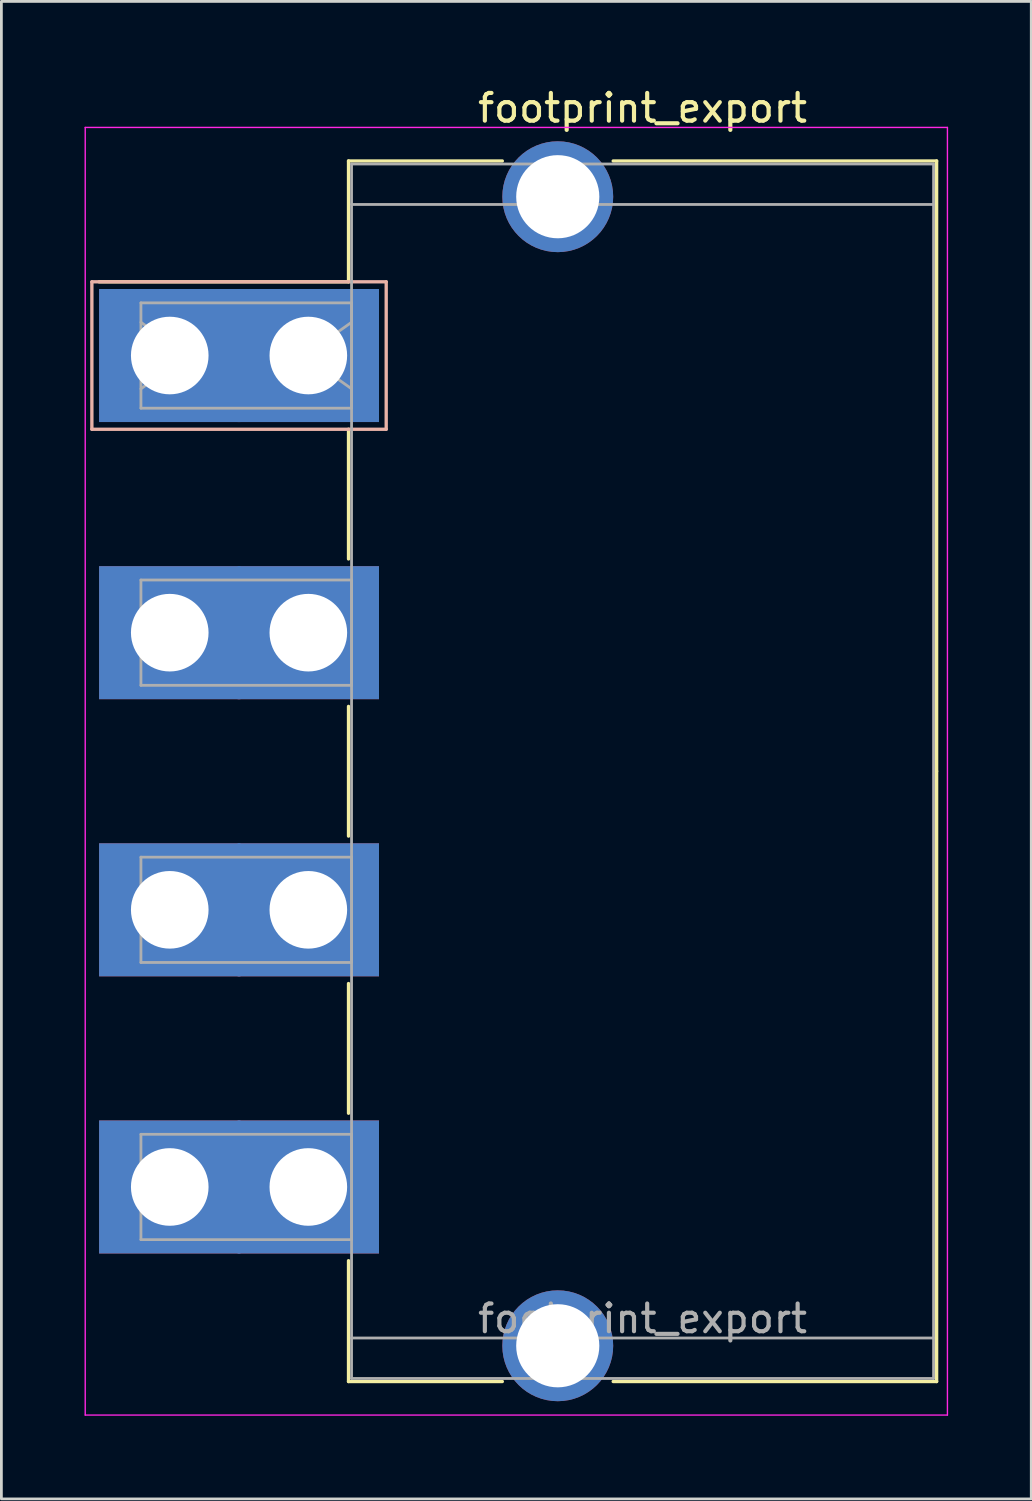
<source format=kicad_pcb>
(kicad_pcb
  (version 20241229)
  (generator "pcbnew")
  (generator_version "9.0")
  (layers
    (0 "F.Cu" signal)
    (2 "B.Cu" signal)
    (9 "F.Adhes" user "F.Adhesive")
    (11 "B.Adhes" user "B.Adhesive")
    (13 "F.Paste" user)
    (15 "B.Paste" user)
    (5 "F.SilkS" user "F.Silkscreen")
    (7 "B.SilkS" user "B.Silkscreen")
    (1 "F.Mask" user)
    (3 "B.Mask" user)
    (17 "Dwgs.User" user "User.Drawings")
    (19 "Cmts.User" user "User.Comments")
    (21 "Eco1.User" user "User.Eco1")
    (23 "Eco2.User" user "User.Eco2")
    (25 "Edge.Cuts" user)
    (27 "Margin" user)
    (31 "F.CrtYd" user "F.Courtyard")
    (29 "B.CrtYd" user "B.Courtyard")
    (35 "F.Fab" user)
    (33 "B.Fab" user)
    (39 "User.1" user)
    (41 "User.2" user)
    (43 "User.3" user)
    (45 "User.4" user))
  (footprint "footprint_export"
    (layer "F.Cu")
    (at 3.075 9.778)
    (property "Reference" "footprint_export" (at 17.06 -8.93 0) (layer "F.SilkS") (effects (font (size 1 1) (thickness 0.15))))
    (attr through_hole)
    (fp_line (start 6.45 -7.02) (end 12 -7.02) (stroke (width 0.12) (type solid)) (layer "F.SilkS"))
    (fp_line (start 6.45 -2.66) (end -2.55 -2.66) (stroke (width 0.12) (type solid)) (layer "F.SilkS"))
    (fp_line (start 6.45 -2.66) (end 6.45 -7.02) (stroke (width 0.12) (type solid)) (layer "F.SilkS"))
    (fp_line (start 6.45 2.66) (end 6.45 7.34) (stroke (width 0.12) (type solid)) (layer "F.SilkS"))
    (fp_line (start 6.45 12.66) (end 6.45 17.34) (stroke (width 0.12) (type solid)) (layer "F.SilkS"))
    (fp_line (start 6.45 22.66) (end 6.45 27.34) (stroke (width 0.12) (type solid)) (layer "F.SilkS"))
    (fp_line (start 6.45 32.66) (end 6.45 37.02) (stroke (width 0.12) (type solid)) (layer "F.SilkS"))
    (fp_line (start 6.45 37.02) (end 12 37.02) (stroke (width 0.12) (type solid)) (layer "F.SilkS"))
    (fp_line (start 16 -7.02) (end 27.67 -7.02) (stroke (width 0.12) (type solid)) (layer "F.SilkS"))
    (fp_line (start 16 37.02) (end 27.67 37.02) (stroke (width 0.12) (type solid)) (layer "F.SilkS"))
    (fp_line (start 27.67 -7.02) (end 27.67 15) (stroke (width 0.12) (type solid)) (layer "F.SilkS"))
    (fp_line (start 27.67 37.02) (end 27.67 15) (stroke (width 0.12) (type solid)) (layer "F.SilkS"))
    (fp_line (start -2.81 -2.66) (end -2.81 2.66) (stroke (width 0.12) (type solid)) (layer "B.SilkS"))
    (fp_line (start -2.81 2.66) (end 7.81 2.66) (stroke (width 0.12) (type solid)) (layer "B.SilkS"))
    (fp_line (start 7.81 -2.66) (end -2.81 -2.66) (stroke (width 0.12) (type solid)) (layer "B.SilkS"))
    (fp_line (start 7.81 2.66) (end 7.81 -2.66) (stroke (width 0.12) (type solid)) (layer "B.SilkS"))
    (fp_line (start -3.05 -8.23) (end -3.05 38.23) (stroke (width 0.05) (type solid)) (layer "F.CrtYd"))
    (fp_line (start -3.05 38.23) (end 28.06 38.23) (stroke (width 0.05) (type solid)) (layer "F.CrtYd"))
    (fp_line (start 28.06 -8.23) (end -3.05 -8.23) (stroke (width 0.05) (type solid)) (layer "F.CrtYd"))
    (fp_line (start 28.06 38.23) (end 28.06 -8.23) (stroke (width 0.05) (type solid)) (layer "F.CrtYd"))
    (fp_line (start -1.04 -1.9) (end 6.56 -1.9) (stroke (width 0.1) (type solid)) (layer "F.Fab"))
    (fp_line (start -1.04 -1.2) (end 0.657 0) (stroke (width 0.1) (type solid)) (layer "F.Fab"))
    (fp_line (start -1.04 1.9) (end -1.04 -1.9) (stroke (width 0.1) (type solid)) (layer "F.Fab"))
    (fp_line (start -1.04 8.1) (end 6.56 8.1) (stroke (width 0.1) (type solid)) (layer "F.Fab"))
    (fp_line (start -1.04 11.9) (end -1.04 8.1) (stroke (width 0.1) (type solid)) (layer "F.Fab"))
    (fp_line (start -1.04 18.1) (end 6.56 18.1) (stroke (width 0.1) (type solid)) (layer "F.Fab"))
    (fp_line (start -1.04 21.9) (end -1.04 18.1) (stroke (width 0.1) (type solid)) (layer "F.Fab"))
    (fp_line (start -1.04 28.1) (end 6.56 28.1) (stroke (width 0.1) (type solid)) (layer "F.Fab"))
    (fp_line (start -1.04 31.9) (end -1.04 28.1) (stroke (width 0.1) (type solid)) (layer "F.Fab"))
    (fp_line (start 0.657 0) (end -1.04 1.2) (stroke (width 0.1) (type solid)) (layer "F.Fab"))
    (fp_line (start 4.863 0) (end 6.56 1.2) (stroke (width 0.1) (type solid)) (layer "F.Fab"))
    (fp_line (start 6.56 -6.91) (end 6.56 36.91) (stroke (width 0.1) (type solid)) (layer "F.Fab"))
    (fp_line (start 6.56 -5.45) (end 27.56 -5.45) (stroke (width 0.1) (type solid)) (layer "F.Fab"))
    (fp_line (start 6.56 -1.9) (end 6.56 1.9) (stroke (width 0.1) (type solid)) (layer "F.Fab"))
    (fp_line (start 6.56 -1.2) (end 4.863 0) (stroke (width 0.1) (type solid)) (layer "F.Fab"))
    (fp_line (start 6.56 1.9) (end -1.04 1.9) (stroke (width 0.1) (type solid)) (layer "F.Fab"))
    (fp_line (start 6.56 8.1) (end 6.56 11.9) (stroke (width 0.1) (type solid)) (layer "F.Fab"))
    (fp_line (start 6.56 11.9) (end -1.04 11.9) (stroke (width 0.1) (type solid)) (layer "F.Fab"))
    (fp_line (start 6.56 18.1) (end 6.56 21.9) (stroke (width 0.1) (type solid)) (layer "F.Fab"))
    (fp_line (start 6.56 21.9) (end -1.04 21.9) (stroke (width 0.1) (type solid)) (layer "F.Fab"))
    (fp_line (start 6.56 28.1) (end 6.56 31.9) (stroke (width 0.1) (type solid)) (layer "F.Fab"))
    (fp_line (start 6.56 31.9) (end -1.04 31.9) (stroke (width 0.1) (type solid)) (layer "F.Fab"))
    (fp_line (start 6.56 35.45) (end 27.56 35.45) (stroke (width 0.1) (type solid)) (layer "F.Fab"))
    (fp_line (start 6.56 36.91) (end 27.56 36.91) (stroke (width 0.1) (type solid)) (layer "F.Fab"))
    (fp_line (start 27.56 -6.91) (end 6.56 -6.91) (stroke (width 0.1) (type solid)) (layer "F.Fab"))
    (fp_line (start 27.56 36.91) (end 27.56 -6.91) (stroke (width 0.1) (type solid)) (layer "F.Fab"))
    (fp_text user "${REFERENCE}" (at 17.06 34.75 0) (layer "F.Fab") (effects (font (size 1 1) (thickness 0.15))))
    (pad "" thru_hole circle (at 14 -5.73) (size 4 4) (drill 3) (layers "*.Cu" "*.Mask"))
    (pad "" thru_hole circle (at 14 35.73) (size 4 4) (drill 3) (layers "*.Cu" "*.Mask"))
    (pad "1" thru_hole rect (at 0 0) (size 5.1 4.8) (drill 2.8) (layers "*.Cu" "*.Mask"))
    (pad "1" thru_hole rect (at 5 0) (size 5.1 4.8) (drill 2.8) (layers "*.Cu" "*.Mask"))
    (pad "2" thru_hole rect (at 0 10) (size 5.1 4.8) (drill 2.8) (layers "*.Cu" "*.Mask"))
    (pad "2" thru_hole rect (at 5 10) (size 5.1 4.8) (drill 2.8) (layers "*.Cu" "*.Mask"))
    (pad "3" thru_hole rect (at 0 20) (size 5.1 4.8) (drill 2.8) (layers "*.Cu" "*.Mask"))
    (pad "3" thru_hole rect (at 5 20) (size 5.1 4.8) (drill 2.8) (layers "*.Cu" "*.Mask"))
    (pad "4" thru_hole rect (at 0 30) (size 5.1 4.8) (drill 2.8) (layers "*.Cu" "*.Mask"))
    (pad "4" thru_hole rect (at 5 30) (size 5.1 4.8) (drill 2.8) (layers "*.Cu" "*.Mask")))
  (gr_rect
    (start -3 -3)
    (end 34.16 51.033)
    (stroke (width 0.1) (type default))
    (fill no)
    (layer "Edge.Cuts")))
</source>
